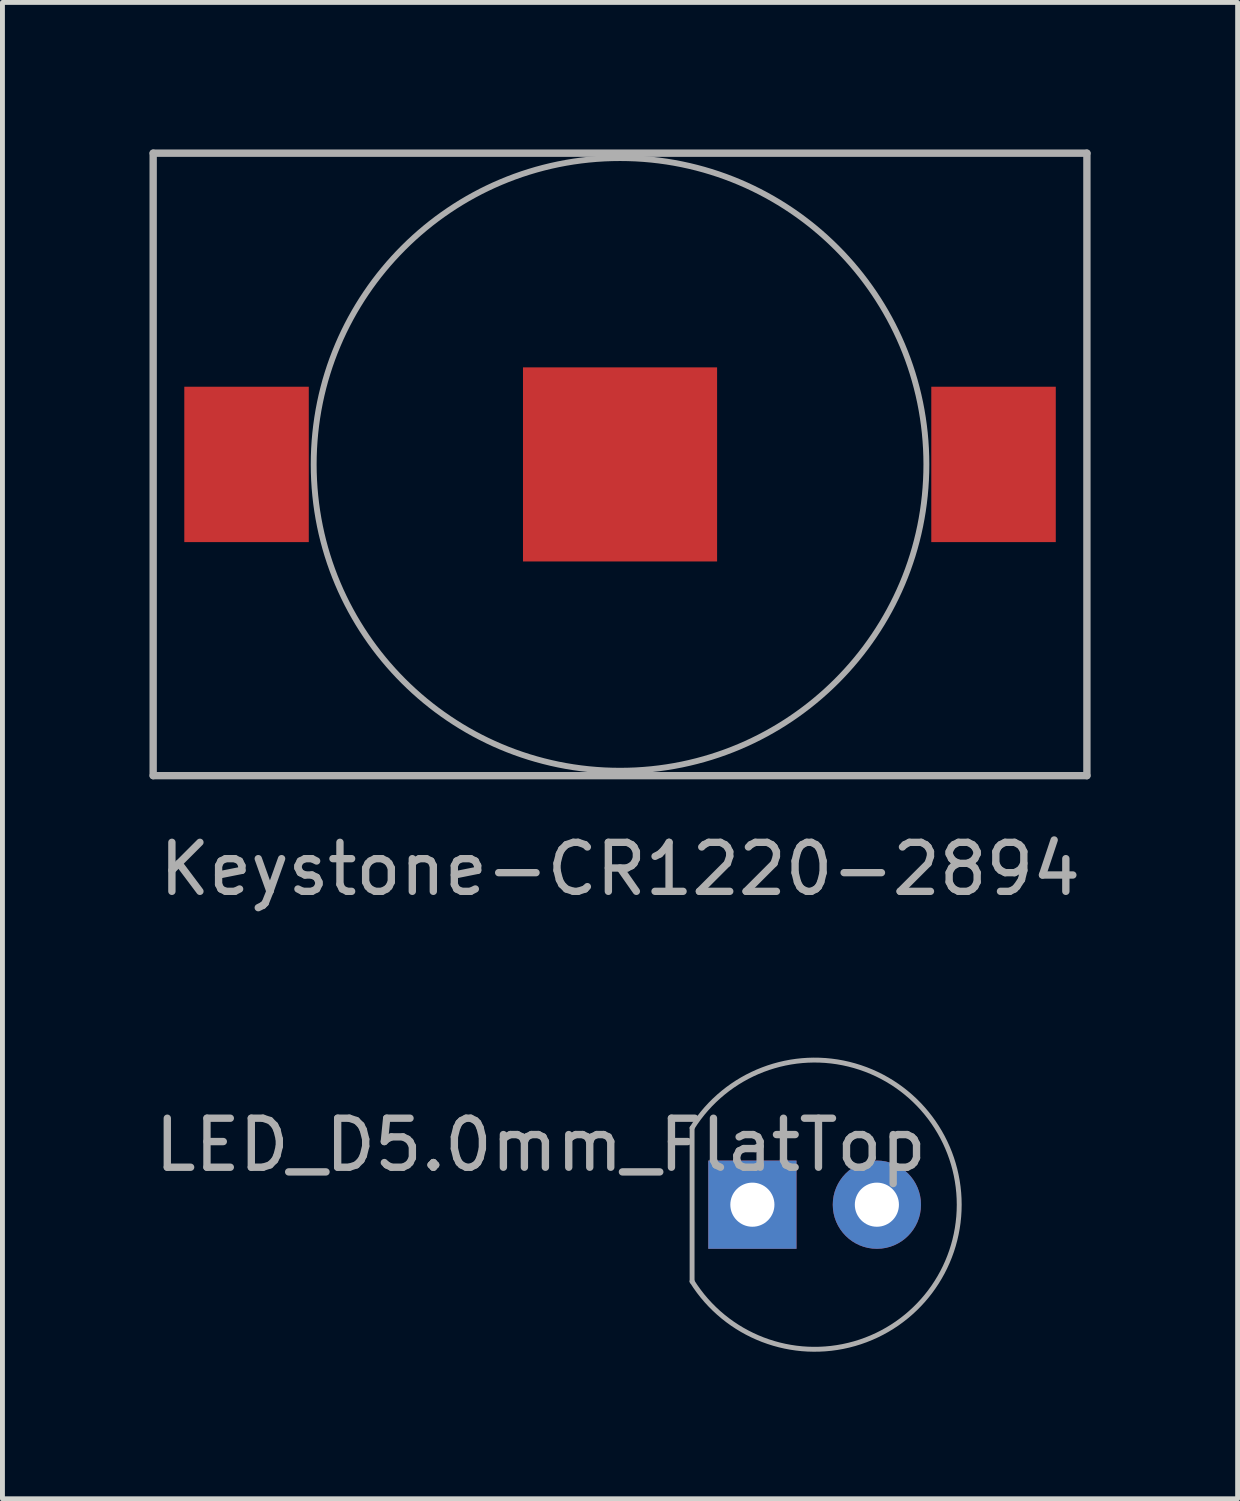
<source format=kicad_pcb>
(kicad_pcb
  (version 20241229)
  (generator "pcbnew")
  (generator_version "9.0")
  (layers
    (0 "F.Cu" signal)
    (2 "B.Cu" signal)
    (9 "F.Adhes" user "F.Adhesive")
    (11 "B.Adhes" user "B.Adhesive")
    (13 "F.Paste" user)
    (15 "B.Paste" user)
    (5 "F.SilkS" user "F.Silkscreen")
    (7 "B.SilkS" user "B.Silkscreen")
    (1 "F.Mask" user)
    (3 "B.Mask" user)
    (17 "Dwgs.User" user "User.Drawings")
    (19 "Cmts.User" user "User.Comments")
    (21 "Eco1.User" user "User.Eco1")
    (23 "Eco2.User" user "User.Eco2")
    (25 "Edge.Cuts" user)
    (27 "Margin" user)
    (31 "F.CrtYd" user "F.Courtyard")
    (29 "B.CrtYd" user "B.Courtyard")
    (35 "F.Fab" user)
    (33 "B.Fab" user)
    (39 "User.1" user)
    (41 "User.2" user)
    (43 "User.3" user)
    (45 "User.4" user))
  (footprint "LED_D5.0mm_FlatTop"
    (layer "F.Cu")
    (at 12.3 21.528)
    (property "Reference" "LED_D5.0mm_FlatTop" (at -4.318 -1.219 0) (layer "F.Fab") (effects (font (size 1 1) (thickness 0.15))))
    (attr through_hole)
    (fp_line (start -1.23 -1.566) (end -1.23 1.566) (stroke (width 0.1) (type solid)) (layer "F.Fab"))
    (fp_arc (start -1.23 -1.566046) (mid 4.22 0.00071) (end -1.230753 1.564843) (stroke (width 0.1) (type solid)) (layer "F.Fab"))
    (pad "1" thru_hole rect (at 0 0) (size 1.8 1.8) (drill 0.9) (layers "*.Cu" "*.Mask"))
    (pad "2" thru_hole circle (at 2.54 0) (size 1.8 1.8) (drill 0.9) (layers "*.Cu" "*.Mask")))
  (footprint "Keystone-CR1220-2894"
    (layer "F.Cu")
    (at 9.6 6.425)
    (property "Reference" "Keystone-CR1220-2894" (at 0 8.255 0) (layer "F.Fab") (effects (font (size 1 1) (thickness 0.15))))
    (attr through_hole)
    (fp_line (start -9.525 -6.35) (end 9.525 -6.35) (stroke (width 0.15) (type solid)) (layer "F.Fab"))
    (fp_line (start -9.525 6.35) (end -9.525 -6.35) (stroke (width 0.15) (type solid)) (layer "F.Fab"))
    (fp_line (start 9.525 -6.35) (end 9.525 6.35) (stroke (width 0.15) (type solid)) (layer "F.Fab"))
    (fp_line (start 9.525 6.35) (end -9.525 6.35) (stroke (width 0.15) (type solid)) (layer "F.Fab"))
    (fp_circle (center 0 0) (end 6.25 0) (stroke (width 0.12) (type solid)) (fill no) (layer "F.Fab"))
    (pad "1" smd rect (at -7.62 0) (size 2.54 3.17) (layers "F.Cu" "F.Mask" "F.Paste"))
    (pad "1" smd rect (at 7.62 0) (size 2.54 3.17) (layers "F.Cu" "F.Mask" "F.Paste"))
    (pad "2" smd rect (at 0 0) (size 3.96 3.96) (layers "F.Cu" "F.Mask" "F.Paste")))
  (gr_rect
    (start -3 -3)
    (end 22.2 27.528)
    (stroke (width 0.1) (type default))
    (fill no)
    (layer "Edge.Cuts")))
</source>
